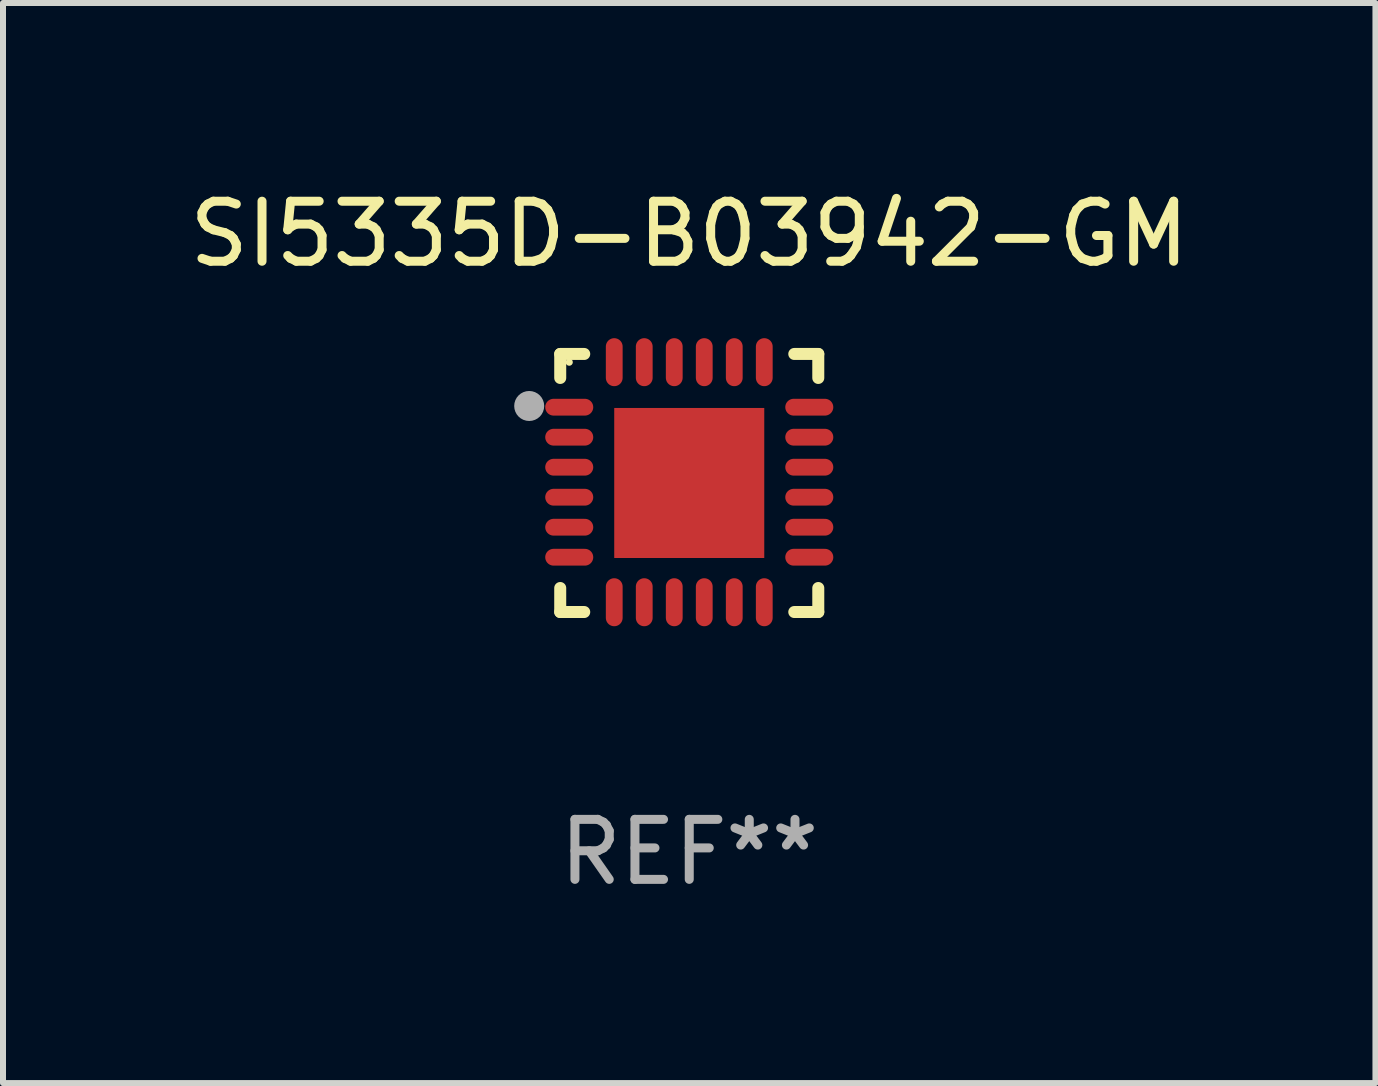
<source format=kicad_pcb>
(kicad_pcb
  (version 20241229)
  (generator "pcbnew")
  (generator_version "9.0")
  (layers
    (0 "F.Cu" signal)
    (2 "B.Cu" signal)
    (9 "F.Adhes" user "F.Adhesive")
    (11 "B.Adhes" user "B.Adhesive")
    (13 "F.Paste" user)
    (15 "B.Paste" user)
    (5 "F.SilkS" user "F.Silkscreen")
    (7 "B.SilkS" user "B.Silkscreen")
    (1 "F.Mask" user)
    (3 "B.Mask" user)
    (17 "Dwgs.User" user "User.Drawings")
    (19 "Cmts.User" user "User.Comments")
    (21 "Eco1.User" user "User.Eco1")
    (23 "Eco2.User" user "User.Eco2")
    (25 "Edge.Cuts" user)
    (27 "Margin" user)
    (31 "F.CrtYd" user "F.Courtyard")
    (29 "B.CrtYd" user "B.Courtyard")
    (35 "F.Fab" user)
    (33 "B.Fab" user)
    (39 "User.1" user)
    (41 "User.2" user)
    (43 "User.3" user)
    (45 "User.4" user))
  (footprint "SI5335D-B03942-GM"
    (layer "F.Cu")
    (at 8.435 4.998)
    (property "Reference" "SI5335D-B03942-GM" (at 0 -4.15 0) (layer "F.SilkS") (effects (font (size 1 1) (thickness 0.15))))
    (attr through_hole)
    (fp_line (start -2.15 -2.15) (end -1.75 -2.15) (stroke (width 0.2) (type solid)) (layer "F.SilkS"))
    (fp_line (start -2.15 -1.75) (end -2.15 -2.15) (stroke (width 0.2) (type solid)) (layer "F.SilkS"))
    (fp_line (start -2.15 2.15) (end -2.15 1.75) (stroke (width 0.2) (type solid)) (layer "F.SilkS"))
    (fp_line (start -1.75 2.15) (end -2.15 2.15) (stroke (width 0.2) (type solid)) (layer "F.SilkS"))
    (fp_line (start 1.75 -2.15) (end 2.15 -2.15) (stroke (width 0.2) (type solid)) (layer "F.SilkS"))
    (fp_line (start 1.75 2.15) (end 2.15 2.15) (stroke (width 0.2) (type solid)) (layer "F.SilkS"))
    (fp_line (start 2.15 -2.15) (end 2.15 -1.75) (stroke (width 0.2) (type solid)) (layer "F.SilkS"))
    (fp_line (start 2.15 2.15) (end 2.15 1.75) (stroke (width 0.2) (type solid)) (layer "F.SilkS"))
    (fp_circle (center -2 -2.013) (end -1.97 -2.013) (stroke (width 0.06) (type solid)) (fill no) (layer "F.SilkS"))
    (fp_circle (center -2.667 -1.283) (end -2.542 -1.283) (stroke (width 0.25) (type solid)) (fill no) (layer "F.Fab"))
    (fp_text user "REF**" (at 0 6.15 0) (layer "F.Fab") (effects (font (size 1 1) (thickness 0.15))))
    (pad "1" smd oval (at -2 -1.263) (size 0.8 0.28) (layers "F.Cu" "F.Mask" "F.Paste"))
    (pad "2" smd oval (at -2 -0.763) (size 0.8 0.28) (layers "F.Cu" "F.Mask" "F.Paste"))
    (pad "3" smd oval (at -2 -0.263) (size 0.8 0.28) (layers "F.Cu" "F.Mask" "F.Paste"))
    (pad "4" smd oval (at -2 0.237) (size 0.8 0.28) (layers "F.Cu" "F.Mask" "F.Paste"))
    (pad "5" smd oval (at -2 0.737) (size 0.8 0.28) (layers "F.Cu" "F.Mask" "F.Paste"))
    (pad "6" smd oval (at -2 1.237) (size 0.8 0.28) (layers "F.Cu" "F.Mask" "F.Paste"))
    (pad "7" smd oval (at -1.25 1.987) (size 0.28 0.8) (layers "F.Cu" "F.Mask" "F.Paste"))
    (pad "8" smd oval (at -0.75 1.987) (size 0.28 0.8) (layers "F.Cu" "F.Mask" "F.Paste"))
    (pad "9" smd oval (at -0.25 1.987) (size 0.28 0.8) (layers "F.Cu" "F.Mask" "F.Paste"))
    (pad "10" smd oval (at 0.25 1.987) (size 0.28 0.8) (layers "F.Cu" "F.Mask" "F.Paste"))
    (pad "11" smd oval (at 0.75 1.987) (size 0.28 0.8) (layers "F.Cu" "F.Mask" "F.Paste"))
    (pad "12" smd oval (at 1.25 1.987) (size 0.28 0.8) (layers "F.Cu" "F.Mask" "F.Paste"))
    (pad "13" smd oval (at 2 1.237) (size 0.8 0.28) (layers "F.Cu" "F.Mask" "F.Paste"))
    (pad "14" smd oval (at 2 0.737) (size 0.8 0.28) (layers "F.Cu" "F.Mask" "F.Paste"))
    (pad "15" smd oval (at 2 0.237) (size 0.8 0.28) (layers "F.Cu" "F.Mask" "F.Paste"))
    (pad "16" smd oval (at 2 -0.263) (size 0.8 0.28) (layers "F.Cu" "F.Mask" "F.Paste"))
    (pad "17" smd oval (at 2 -0.763) (size 0.8 0.28) (layers "F.Cu" "F.Mask" "F.Paste"))
    (pad "18" smd oval (at 2 -1.263) (size 0.8 0.28) (layers "F.Cu" "F.Mask" "F.Paste"))
    (pad "19" smd oval (at 1.25 -2.013) (size 0.28 0.8) (layers "F.Cu" "F.Mask" "F.Paste"))
    (pad "20" smd oval (at 0.75 -2.013) (size 0.28 0.8) (layers "F.Cu" "F.Mask" "F.Paste"))
    (pad "21" smd oval (at 0.25 -2.013) (size 0.28 0.8) (layers "F.Cu" "F.Mask" "F.Paste"))
    (pad "22" smd oval (at -0.25 -2.013) (size 0.28 0.8) (layers "F.Cu" "F.Mask" "F.Paste"))
    (pad "23" smd oval (at -0.75 -2.013) (size 0.28 0.8) (layers "F.Cu" "F.Mask" "F.Paste"))
    (pad "24" smd oval (at -1.25 -2.013) (size 0.28 0.8) (layers "F.Cu" "F.Mask" "F.Paste"))
    (pad "25" smd rect (at -0.000127 -0.00014) (size 2.5 2.5) (layers "F.Cu" "F.Mask" "F.Paste")))
  (gr_rect
    (start -3 -3)
    (end 19.869 14.997)
    (stroke (width 0.1) (type default))
    (fill no)
    (layer "Edge.Cuts")))
</source>
